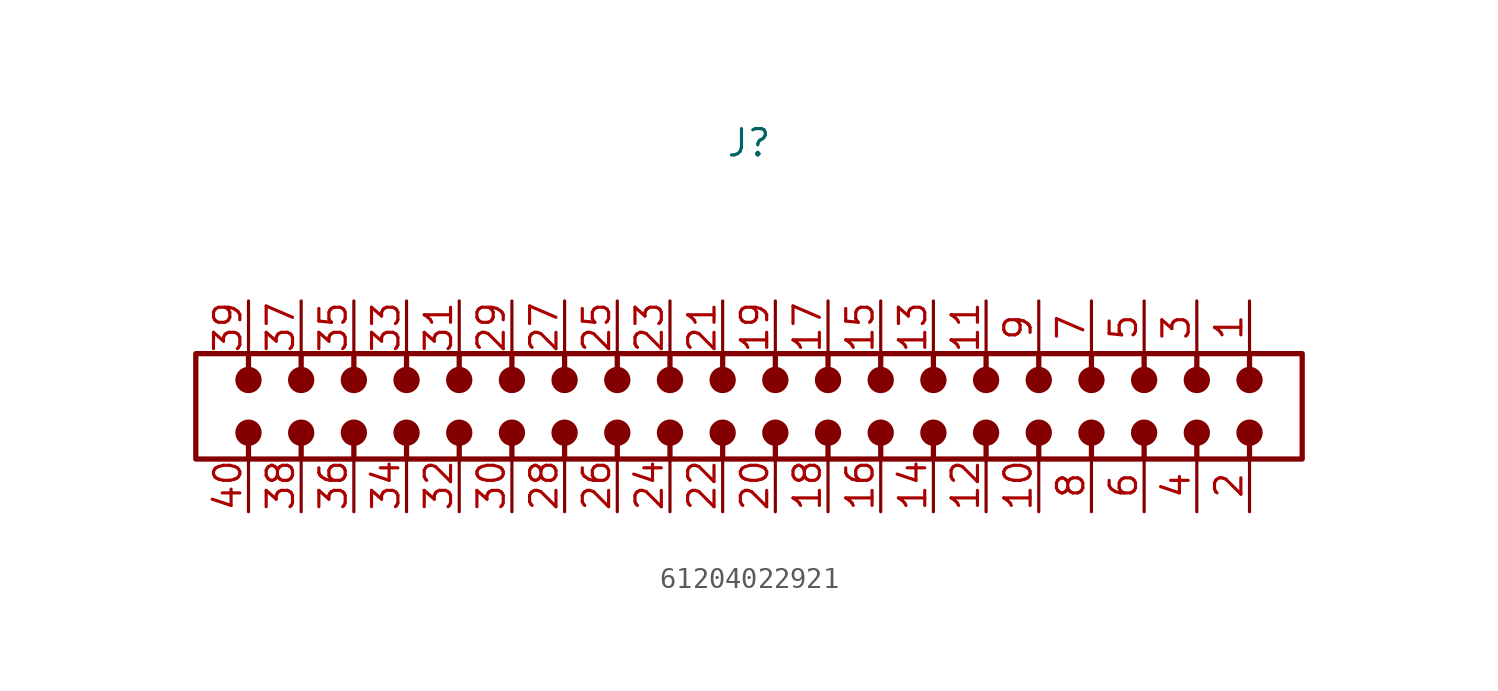
<source format=kicad_sym>
(kicad_symbol_lib
  (version 20241209)
  (generator "kicad_symbol_editor")
  (generator_version "9.0")
  (symbol "61204022921"
    (pin_names
      (hide yes))
    (property "Reference" "J"
      (at 0 12.7 0)
      (effects (font (size 1.27 1.27))))
    (symbol "61204022921_1_1"
      (rectangle (start -26.67 2.54) (end 26.67 -2.54) (stroke (width 0.254) (type solid)) (fill (type none)))
      (polyline (pts (xy -24.13 1.778) (xy -24.13 2.54)) (stroke (width 0.254) (type solid)) (fill (type none)))
      (circle (center -24.13 1.27) (radius 0.508) (stroke (width 0.254) (type solid)) (fill (type outline)))
      (circle (center -24.13 -1.27) (radius 0.508) (stroke (width 0.254) (type solid)) (fill (type outline)))
      (polyline (pts (xy -24.13 -1.778) (xy -24.13 -2.54)) (stroke (width 0.254) (type solid)) (fill (type none)))
      (polyline (pts (xy -21.59 1.778) (xy -21.59 2.54)) (stroke (width 0.254) (type solid)) (fill (type none)))
      (circle (center -21.59 1.27) (radius 0.508) (stroke (width 0.254) (type solid)) (fill (type outline)))
      (circle (center -21.59 -1.27) (radius 0.508) (stroke (width 0.254) (type solid)) (fill (type outline)))
      (polyline (pts (xy -21.59 -1.778) (xy -21.59 -2.54)) (stroke (width 0.254) (type solid)) (fill (type none)))
      (polyline (pts (xy -19.05 1.778) (xy -19.05 2.54)) (stroke (width 0.254) (type solid)) (fill (type none)))
      (circle (center -19.05 1.27) (radius 0.508) (stroke (width 0.254) (type solid)) (fill (type outline)))
      (circle (center -19.05 -1.27) (radius 0.508) (stroke (width 0.254) (type solid)) (fill (type outline)))
      (polyline (pts (xy -19.05 -1.778) (xy -19.05 -2.54)) (stroke (width 0.254) (type solid)) (fill (type none)))
      (polyline (pts (xy -16.51 1.778) (xy -16.51 2.54)) (stroke (width 0.254) (type solid)) (fill (type none)))
      (circle (center -16.51 1.27) (radius 0.508) (stroke (width 0.254) (type solid)) (fill (type outline)))
      (circle (center -16.51 -1.27) (radius 0.508) (stroke (width 0.254) (type solid)) (fill (type outline)))
      (polyline (pts (xy -16.51 -1.778) (xy -16.51 -2.54)) (stroke (width 0.254) (type solid)) (fill (type none)))
      (polyline (pts (xy -13.97 1.778) (xy -13.97 2.54)) (stroke (width 0.254) (type solid)) (fill (type none)))
      (circle (center -13.97 1.27) (radius 0.508) (stroke (width 0.254) (type solid)) (fill (type outline)))
      (circle (center -13.97 -1.27) (radius 0.508) (stroke (width 0.254) (type solid)) (fill (type outline)))
      (polyline (pts (xy -13.97 -1.778) (xy -13.97 -2.54)) (stroke (width 0.254) (type solid)) (fill (type none)))
      (polyline (pts (xy -11.43 1.778) (xy -11.43 2.54)) (stroke (width 0.254) (type solid)) (fill (type none)))
      (circle (center -11.43 1.27) (radius 0.508) (stroke (width 0.254) (type solid)) (fill (type outline)))
      (circle (center -11.43 -1.27) (radius 0.508) (stroke (width 0.254) (type solid)) (fill (type outline)))
      (polyline (pts (xy -11.43 -1.778) (xy -11.43 -2.54)) (stroke (width 0.254) (type solid)) (fill (type none)))
      (polyline (pts (xy -8.89 1.778) (xy -8.89 2.54)) (stroke (width 0.254) (type solid)) (fill (type none)))
      (circle (center -8.89 1.27) (radius 0.508) (stroke (width 0.254) (type solid)) (fill (type outline)))
      (circle (center -8.89 -1.27) (radius 0.508) (stroke (width 0.254) (type solid)) (fill (type outline)))
      (polyline (pts (xy -8.89 -1.778) (xy -8.89 -2.54)) (stroke (width 0.254) (type solid)) (fill (type none)))
      (polyline (pts (xy -6.35 1.778) (xy -6.35 2.54)) (stroke (width 0.254) (type solid)) (fill (type none)))
      (circle (center -6.35 1.27) (radius 0.508) (stroke (width 0.254) (type solid)) (fill (type outline)))
      (circle (center -6.35 -1.27) (radius 0.508) (stroke (width 0.254) (type solid)) (fill (type outline)))
      (polyline (pts (xy -6.35 -1.778) (xy -6.35 -2.54)) (stroke (width 0.254) (type solid)) (fill (type none)))
      (polyline (pts (xy -3.81 1.778) (xy -3.81 2.54)) (stroke (width 0.254) (type solid)) (fill (type none)))
      (circle (center -3.81 1.27) (radius 0.508) (stroke (width 0.254) (type solid)) (fill (type outline)))
      (circle (center -3.81 -1.27) (radius 0.508) (stroke (width 0.254) (type solid)) (fill (type outline)))
      (polyline (pts (xy -3.81 -1.778) (xy -3.81 -2.54)) (stroke (width 0.254) (type solid)) (fill (type none)))
      (polyline (pts (xy -1.27 1.778) (xy -1.27 2.54)) (stroke (width 0.254) (type solid)) (fill (type none)))
      (circle (center -1.27 1.27) (radius 0.508) (stroke (width 0.254) (type solid)) (fill (type outline)))
      (circle (center -1.27 -1.27) (radius 0.508) (stroke (width 0.254) (type solid)) (fill (type outline)))
      (polyline (pts (xy -1.27 -1.778) (xy -1.27 -2.54)) (stroke (width 0.254) (type solid)) (fill (type none)))
      (polyline (pts (xy 1.27 1.778) (xy 1.27 2.54)) (stroke (width 0.254) (type solid)) (fill (type none)))
      (circle (center 1.27 1.27) (radius 0.508) (stroke (width 0.254) (type solid)) (fill (type outline)))
      (circle (center 1.27 -1.27) (radius 0.508) (stroke (width 0.254) (type solid)) (fill (type outline)))
      (polyline (pts (xy 1.27 -1.778) (xy 1.27 -2.54)) (stroke (width 0.254) (type solid)) (fill (type none)))
      (polyline (pts (xy 3.81 1.778) (xy 3.81 2.54)) (stroke (width 0.254) (type solid)) (fill (type none)))
      (circle (center 3.81 1.27) (radius 0.508) (stroke (width 0.254) (type solid)) (fill (type outline)))
      (circle (center 3.81 -1.27) (radius 0.508) (stroke (width 0.254) (type solid)) (fill (type outline)))
      (polyline (pts (xy 3.81 -1.778) (xy 3.81 -2.54)) (stroke (width 0.254) (type solid)) (fill (type none)))
      (polyline (pts (xy 6.35 1.778) (xy 6.35 2.54)) (stroke (width 0.254) (type solid)) (fill (type none)))
      (circle (center 6.35 1.27) (radius 0.508) (stroke (width 0.254) (type solid)) (fill (type outline)))
      (circle (center 6.35 -1.27) (radius 0.508) (stroke (width 0.254) (type solid)) (fill (type outline)))
      (polyline (pts (xy 6.35 -1.778) (xy 6.35 -2.54)) (stroke (width 0.254) (type solid)) (fill (type none)))
      (polyline (pts (xy 8.89 1.778) (xy 8.89 2.54)) (stroke (width 0.254) (type solid)) (fill (type none)))
      (circle (center 8.89 1.27) (radius 0.508) (stroke (width 0.254) (type solid)) (fill (type outline)))
      (circle (center 8.89 -1.27) (radius 0.508) (stroke (width 0.254) (type solid)) (fill (type outline)))
      (polyline (pts (xy 8.89 -1.778) (xy 8.89 -2.54)) (stroke (width 0.254) (type solid)) (fill (type none)))
      (polyline (pts (xy 11.43 1.778) (xy 11.43 2.54)) (stroke (width 0.254) (type solid)) (fill (type none)))
      (circle (center 11.43 1.27) (radius 0.508) (stroke (width 0.254) (type solid)) (fill (type outline)))
      (circle (center 11.43 -1.27) (radius 0.508) (stroke (width 0.254) (type solid)) (fill (type outline)))
      (polyline (pts (xy 11.43 -1.778) (xy 11.43 -2.54)) (stroke (width 0.254) (type solid)) (fill (type none)))
      (polyline (pts (xy 13.97 1.778) (xy 13.97 2.54)) (stroke (width 0.254) (type solid)) (fill (type none)))
      (circle (center 13.97 1.27) (radius 0.508) (stroke (width 0.254) (type solid)) (fill (type outline)))
      (circle (center 13.97 -1.27) (radius 0.508) (stroke (width 0.254) (type solid)) (fill (type outline)))
      (polyline (pts (xy 13.97 -1.778) (xy 13.97 -2.54)) (stroke (width 0.254) (type solid)) (fill (type none)))
      (polyline (pts (xy 16.51 1.778) (xy 16.51 2.54)) (stroke (width 0.254) (type solid)) (fill (type none)))
      (circle (center 16.51 1.27) (radius 0.508) (stroke (width 0.254) (type solid)) (fill (type outline)))
      (circle (center 16.51 -1.27) (radius 0.508) (stroke (width 0.254) (type solid)) (fill (type outline)))
      (polyline (pts (xy 16.51 -1.778) (xy 16.51 -2.54)) (stroke (width 0.254) (type solid)) (fill (type none)))
      (polyline (pts (xy 19.05 1.778) (xy 19.05 2.54)) (stroke (width 0.254) (type solid)) (fill (type none)))
      (circle (center 19.05 1.27) (radius 0.508) (stroke (width 0.254) (type solid)) (fill (type outline)))
      (circle (center 19.05 -1.27) (radius 0.508) (stroke (width 0.254) (type solid)) (fill (type outline)))
      (polyline (pts (xy 19.05 -1.778) (xy 19.05 -2.54)) (stroke (width 0.254) (type solid)) (fill (type none)))
      (polyline (pts (xy 21.59 1.778) (xy 21.59 2.54)) (stroke (width 0.254) (type solid)) (fill (type none)))
      (circle (center 21.59 1.27) (radius 0.508) (stroke (width 0.254) (type solid)) (fill (type outline)))
      (circle (center 21.59 -1.27) (radius 0.508) (stroke (width 0.254) (type solid)) (fill (type outline)))
      (polyline (pts (xy 21.59 -1.778) (xy 21.59 -2.54)) (stroke (width 0.254) (type solid)) (fill (type none)))
      (polyline (pts (xy 24.13 1.778) (xy 24.13 2.54)) (stroke (width 0.254) (type solid)) (fill (type none)))
      (circle (center 24.13 1.27) (radius 0.508) (stroke (width 0.254) (type solid)) (fill (type outline)))
      (circle (center 24.13 -1.27) (radius 0.508) (stroke (width 0.254) (type solid)) (fill (type outline)))
      (polyline (pts (xy 24.13 -1.778) (xy 24.13 -2.54)) (stroke (width 0.254) (type solid)) (fill (type none)))
      (pin passive line (at -24.13 5.08 270) (length 2.54) (name "39" (effects (font (size 1.27 1.27)))) (number "39" (effects (font (size 1.27 1.27)))))
      (pin passive line (at -24.13 -5.08 90) (length 2.54) (name "40" (effects (font (size 1.27 1.27)))) (number "40" (effects (font (size 1.27 1.27)))))
      (pin passive line (at -21.59 5.08 270) (length 2.54) (name "37" (effects (font (size 1.27 1.27)))) (number "37" (effects (font (size 1.27 1.27)))))
      (pin passive line (at -21.59 -5.08 90) (length 2.54) (name "38" (effects (font (size 1.27 1.27)))) (number "38" (effects (font (size 1.27 1.27)))))
      (pin passive line (at -19.05 5.08 270) (length 2.54) (name "35" (effects (font (size 1.27 1.27)))) (number "35" (effects (font (size 1.27 1.27)))))
      (pin passive line (at -19.05 -5.08 90) (length 2.54) (name "36" (effects (font (size 1.27 1.27)))) (number "36" (effects (font (size 1.27 1.27)))))
      (pin passive line (at -16.51 5.08 270) (length 2.54) (name "33" (effects (font (size 1.27 1.27)))) (number "33" (effects (font (size 1.27 1.27)))))
      (pin passive line (at -16.51 -5.08 90) (length 2.54) (name "34" (effects (font (size 1.27 1.27)))) (number "34" (effects (font (size 1.27 1.27)))))
      (pin passive line (at -13.97 5.08 270) (length 2.54) (name "31" (effects (font (size 1.27 1.27)))) (number "31" (effects (font (size 1.27 1.27)))))
      (pin passive line (at -13.97 -5.08 90) (length 2.54) (name "32" (effects (font (size 1.27 1.27)))) (number "32" (effects (font (size 1.27 1.27)))))
      (pin passive line (at -11.43 5.08 270) (length 2.54) (name "29" (effects (font (size 1.27 1.27)))) (number "29" (effects (font (size 1.27 1.27)))))
      (pin passive line (at -11.43 -5.08 90) (length 2.54) (name "30" (effects (font (size 1.27 1.27)))) (number "30" (effects (font (size 1.27 1.27)))))
      (pin passive line (at -8.89 5.08 270) (length 2.54) (name "27" (effects (font (size 1.27 1.27)))) (number "27" (effects (font (size 1.27 1.27)))))
      (pin passive line (at -8.89 -5.08 90) (length 2.54) (name "28" (effects (font (size 1.27 1.27)))) (number "28" (effects (font (size 1.27 1.27)))))
      (pin passive line (at -6.35 5.08 270) (length 2.54) (name "25" (effects (font (size 1.27 1.27)))) (number "25" (effects (font (size 1.27 1.27)))))
      (pin passive line (at -6.35 -5.08 90) (length 2.54) (name "26" (effects (font (size 1.27 1.27)))) (number "26" (effects (font (size 1.27 1.27)))))
      (pin passive line (at -3.81 5.08 270) (length 2.54) (name "23" (effects (font (size 1.27 1.27)))) (number "23" (effects (font (size 1.27 1.27)))))
      (pin passive line (at -3.81 -5.08 90) (length 2.54) (name "24" (effects (font (size 1.27 1.27)))) (number "24" (effects (font (size 1.27 1.27)))))
      (pin passive line (at -1.27 5.08 270) (length 2.54) (name "21" (effects (font (size 1.27 1.27)))) (number "21" (effects (font (size 1.27 1.27)))))
      (pin passive line (at -1.27 -5.08 90) (length 2.54) (name "22" (effects (font (size 1.27 1.27)))) (number "22" (effects (font (size 1.27 1.27)))))
      (pin passive line (at 1.27 5.08 270) (length 2.54) (name "19" (effects (font (size 1.27 1.27)))) (number "19" (effects (font (size 1.27 1.27)))))
      (pin passive line (at 1.27 -5.08 90) (length 2.54) (name "20" (effects (font (size 1.27 1.27)))) (number "20" (effects (font (size 1.27 1.27)))))
      (pin passive line (at 3.81 5.08 270) (length 2.54) (name "17" (effects (font (size 1.27 1.27)))) (number "17" (effects (font (size 1.27 1.27)))))
      (pin passive line (at 3.81 -5.08 90) (length 2.54) (name "18" (effects (font (size 1.27 1.27)))) (number "18" (effects (font (size 1.27 1.27)))))
      (pin passive line (at 6.35 5.08 270) (length 2.54) (name "15" (effects (font (size 1.27 1.27)))) (number "15" (effects (font (size 1.27 1.27)))))
      (pin passive line (at 6.35 -5.08 90) (length 2.54) (name "16" (effects (font (size 1.27 1.27)))) (number "16" (effects (font (size 1.27 1.27)))))
      (pin passive line (at 8.89 5.08 270) (length 2.54) (name "13" (effects (font (size 1.27 1.27)))) (number "13" (effects (font (size 1.27 1.27)))))
      (pin passive line (at 8.89 -5.08 90) (length 2.54) (name "14" (effects (font (size 1.27 1.27)))) (number "14" (effects (font (size 1.27 1.27)))))
      (pin passive line (at 11.43 5.08 270) (length 2.54) (name "11" (effects (font (size 1.27 1.27)))) (number "11" (effects (font (size 1.27 1.27)))))
      (pin passive line (at 11.43 -5.08 90) (length 2.54) (name "12" (effects (font (size 1.27 1.27)))) (number "12" (effects (font (size 1.27 1.27)))))
      (pin passive line (at 13.97 5.08 270) (length 2.54) (name "9" (effects (font (size 1.27 1.27)))) (number "9" (effects (font (size 1.27 1.27)))))
      (pin passive line (at 13.97 -5.08 90) (length 2.54) (name "10" (effects (font (size 1.27 1.27)))) (number "10" (effects (font (size 1.27 1.27)))))
      (pin passive line (at 16.51 5.08 270) (length 2.54) (name "7" (effects (font (size 1.27 1.27)))) (number "7" (effects (font (size 1.27 1.27)))))
      (pin passive line (at 16.51 -5.08 90) (length 2.54) (name "8" (effects (font (size 1.27 1.27)))) (number "8" (effects (font (size 1.27 1.27)))))
      (pin passive line (at 19.05 5.08 270) (length 2.54) (name "5" (effects (font (size 1.27 1.27)))) (number "5" (effects (font (size 1.27 1.27)))))
      (pin passive line (at 19.05 -5.08 90) (length 2.54) (name "6" (effects (font (size 1.27 1.27)))) (number "6" (effects (font (size 1.27 1.27)))))
      (pin passive line (at 21.59 5.08 270) (length 2.54) (name "3" (effects (font (size 1.27 1.27)))) (number "3" (effects (font (size 1.27 1.27)))))
      (pin passive line (at 21.59 -5.08 90) (length 2.54) (name "4" (effects (font (size 1.27 1.27)))) (number "4" (effects (font (size 1.27 1.27)))))
      (pin passive line (at 24.13 5.08 270) (length 2.54) (name "1" (effects (font (size 1.27 1.27)))) (number "1" (effects (font (size 1.27 1.27)))))
      (pin passive line (at 24.13 -5.08 90) (length 2.54) (name "2" (effects (font (size 1.27 1.27)))) (number "2" (effects (font (size 1.27 1.27))))))))
</source>
